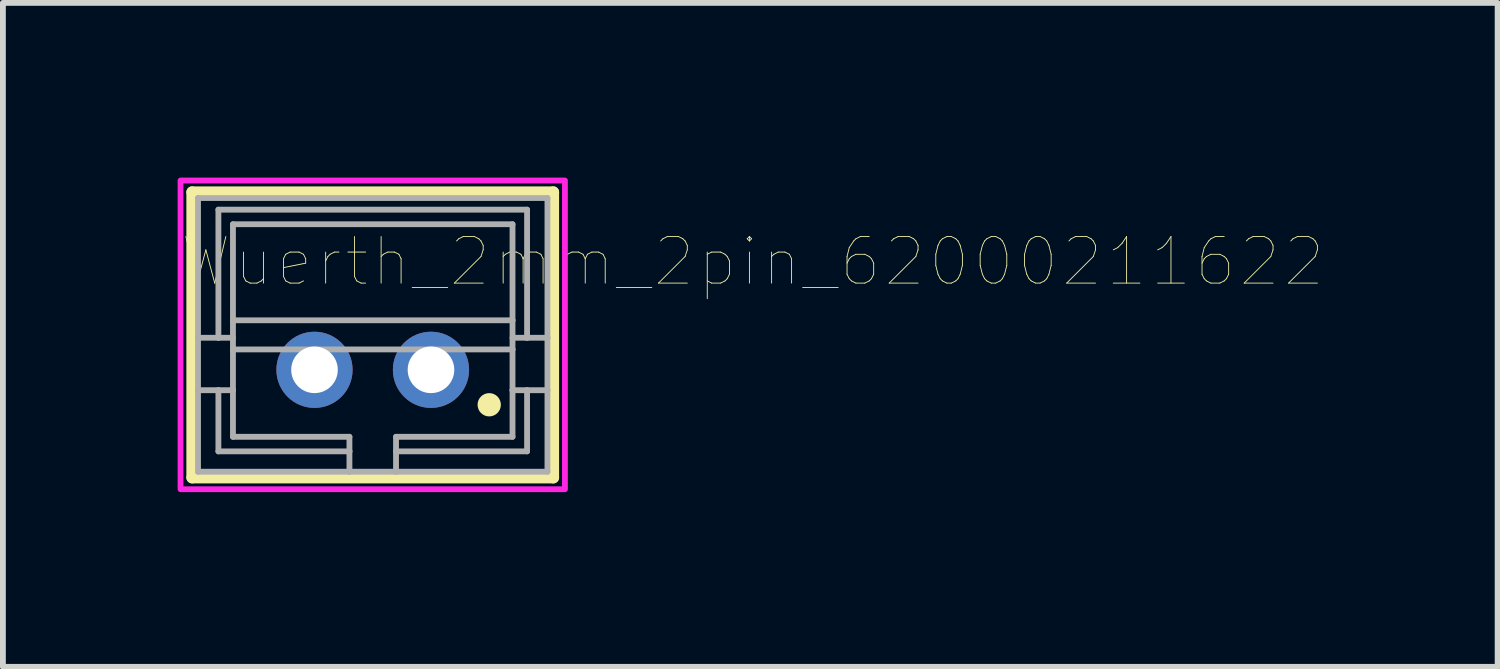
<source format=kicad_pcb>
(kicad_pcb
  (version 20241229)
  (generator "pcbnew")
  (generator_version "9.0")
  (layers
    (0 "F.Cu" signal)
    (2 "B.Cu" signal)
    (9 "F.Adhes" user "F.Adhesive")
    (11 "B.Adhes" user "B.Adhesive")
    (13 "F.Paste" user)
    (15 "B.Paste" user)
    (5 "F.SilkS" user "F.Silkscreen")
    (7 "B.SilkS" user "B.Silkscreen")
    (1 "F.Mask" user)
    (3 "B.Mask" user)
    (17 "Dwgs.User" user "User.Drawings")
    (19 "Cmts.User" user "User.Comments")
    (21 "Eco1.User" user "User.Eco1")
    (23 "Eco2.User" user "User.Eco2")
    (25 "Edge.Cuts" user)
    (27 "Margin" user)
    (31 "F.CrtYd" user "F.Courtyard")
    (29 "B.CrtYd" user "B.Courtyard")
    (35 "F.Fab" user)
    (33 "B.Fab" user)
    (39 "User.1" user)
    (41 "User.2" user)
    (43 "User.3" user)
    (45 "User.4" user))
  (footprint "Wuerth_2mm_2pin_62000211622"
    (layer "F.Cu")
    (at 3.35 2.7)
    (property "Reference" "Wuerth_2mm_2pin_62000211622" (at 6.525 -1.258 0) (layer "F.SilkS") (effects (font (size 0.8 0.8) (thickness 0.015))))
    (attr through_hole)
    (fp_line (start -3.1 -2.45) (end 3.1 -2.45) (stroke (width 0.2) (type solid)) (layer "F.SilkS"))
    (fp_line (start -3.1 2.45) (end -3.1 -2.45) (stroke (width 0.2) (type solid)) (layer "F.SilkS"))
    (fp_line (start 3.1 -2.45) (end 3.1 2.45) (stroke (width 0.2) (type solid)) (layer "F.SilkS"))
    (fp_line (start 3.1 2.45) (end -3.1 2.45) (stroke (width 0.2) (type solid)) (layer "F.SilkS"))
    (fp_circle (center 2 1.2) (end 2.1 1.2) (stroke (width 0.2) (type solid)) (fill no) (layer "F.SilkS"))
    (fp_poly (pts (xy -3.3 -2.65) (xy 3.3 -2.65) (xy 3.3 2.65) (xy -3.3 2.65)) (stroke (width 0.1) (type solid)) (fill no) (layer "F.CrtYd"))
    (fp_line (start -3 -2.35) (end 3 -2.35) (stroke (width 0.1) (type solid)) (layer "F.Fab"))
    (fp_line (start -3 0.05) (end -3 -2.35) (stroke (width 0.1) (type solid)) (layer "F.Fab"))
    (fp_line (start -3 0.05) (end -2.65 0.05) (stroke (width 0.1) (type solid)) (layer "F.Fab"))
    (fp_line (start -3 0.95) (end -3 0.05) (stroke (width 0.1) (type solid)) (layer "F.Fab"))
    (fp_line (start -3 0.95) (end -2.65 0.95) (stroke (width 0.1) (type solid)) (layer "F.Fab"))
    (fp_line (start -3 2.35) (end -3 0.95) (stroke (width 0.1) (type solid)) (layer "F.Fab"))
    (fp_line (start -2.65 -2.15) (end 2.65 -2.15) (stroke (width 0.1) (type solid)) (layer "F.Fab"))
    (fp_line (start -2.65 0.05) (end -2.65 -2.15) (stroke (width 0.1) (type solid)) (layer "F.Fab"))
    (fp_line (start -2.65 0.05) (end -2.4 0.05) (stroke (width 0.1) (type solid)) (layer "F.Fab"))
    (fp_line (start -2.65 0.95) (end -2.4 0.95) (stroke (width 0.1) (type solid)) (layer "F.Fab"))
    (fp_line (start -2.65 2) (end -2.65 0.95) (stroke (width 0.1) (type solid)) (layer "F.Fab"))
    (fp_line (start -2.4 -1.9) (end 2.4 -1.9) (stroke (width 0.1) (type solid)) (layer "F.Fab"))
    (fp_line (start -2.4 -0.25) (end -2.4 -1.9) (stroke (width 0.1) (type solid)) (layer "F.Fab"))
    (fp_line (start -2.4 -0.25) (end 2.4 -0.25) (stroke (width 0.1) (type solid)) (layer "F.Fab"))
    (fp_line (start -2.4 0.25) (end -2.4 -0.25) (stroke (width 0.1) (type solid)) (layer "F.Fab"))
    (fp_line (start -2.4 0.25) (end 2.4 0.25) (stroke (width 0.1) (type solid)) (layer "F.Fab"))
    (fp_line (start -2.4 0.95) (end -2.4 0.25) (stroke (width 0.1) (type solid)) (layer "F.Fab"))
    (fp_line (start -2.4 1.75) (end -2.4 0.95) (stroke (width 0.1) (type solid)) (layer "F.Fab"))
    (fp_line (start -0.4 1.75) (end -2.4 1.75) (stroke (width 0.1) (type solid)) (layer "F.Fab"))
    (fp_line (start -0.4 1.75) (end -0.4 2) (stroke (width 0.1) (type solid)) (layer "F.Fab"))
    (fp_line (start -0.4 2) (end -2.65 2) (stroke (width 0.1) (type solid)) (layer "F.Fab"))
    (fp_line (start -0.4 2) (end -0.4 2.35) (stroke (width 0.1) (type solid)) (layer "F.Fab"))
    (fp_line (start -0.4 2.35) (end -3 2.35) (stroke (width 0.1) (type solid)) (layer "F.Fab"))
    (fp_line (start 0.4 1.75) (end 0.4 2) (stroke (width 0.1) (type solid)) (layer "F.Fab"))
    (fp_line (start 0.4 2) (end 0.4 2.35) (stroke (width 0.1) (type solid)) (layer "F.Fab"))
    (fp_line (start 0.4 2.35) (end -0.4 2.35) (stroke (width 0.1) (type solid)) (layer "F.Fab"))
    (fp_line (start 2.4 -1.9) (end 2.4 -0.25) (stroke (width 0.1) (type solid)) (layer "F.Fab"))
    (fp_line (start 2.4 -0.25) (end 2.4 0.25) (stroke (width 0.1) (type solid)) (layer "F.Fab"))
    (fp_line (start 2.4 0.05) (end 2.65 0.05) (stroke (width 0.1) (type solid)) (layer "F.Fab"))
    (fp_line (start 2.4 0.25) (end 2.4 0.95) (stroke (width 0.1) (type solid)) (layer "F.Fab"))
    (fp_line (start 2.4 0.95) (end 2.4 1.75) (stroke (width 0.1) (type solid)) (layer "F.Fab"))
    (fp_line (start 2.4 0.95) (end 2.65 0.95) (stroke (width 0.1) (type solid)) (layer "F.Fab"))
    (fp_line (start 2.4 1.75) (end 0.4 1.75) (stroke (width 0.1) (type solid)) (layer "F.Fab"))
    (fp_line (start 2.65 -2.15) (end 2.65 0.05) (stroke (width 0.1) (type solid)) (layer "F.Fab"))
    (fp_line (start 2.65 0.05) (end 3 0.05) (stroke (width 0.1) (type solid)) (layer "F.Fab"))
    (fp_line (start 2.65 0.95) (end 2.65 2) (stroke (width 0.1) (type solid)) (layer "F.Fab"))
    (fp_line (start 2.65 0.95) (end 3 0.95) (stroke (width 0.1) (type solid)) (layer "F.Fab"))
    (fp_line (start 2.65 2) (end 0.4 2) (stroke (width 0.1) (type solid)) (layer "F.Fab"))
    (fp_line (start 3 -2.35) (end 3 0.05) (stroke (width 0.1) (type solid)) (layer "F.Fab"))
    (fp_line (start 3 0.05) (end 3 0.95) (stroke (width 0.1) (type solid)) (layer "F.Fab"))
    (fp_line (start 3 0.95) (end 3 2.35) (stroke (width 0.1) (type solid)) (layer "F.Fab"))
    (fp_line (start 3 2.35) (end 0.4 2.35) (stroke (width 0.1) (type solid)) (layer "F.Fab"))
    (pad "1" thru_hole circle (at 1 0.6) (size 1.308 1.308) (drill 0.8) (layers "*.Cu" "*.Mask"))
    (pad "2" thru_hole circle (at -1 0.6) (size 1.308 1.308) (drill 0.8) (layers "*.Cu" "*.Mask")))
  (gr_rect
    (start -3 -3)
    (end 22.665 8.4)
    (stroke (width 0.1) (type default))
    (fill no)
    (layer "Edge.Cuts")))
</source>
